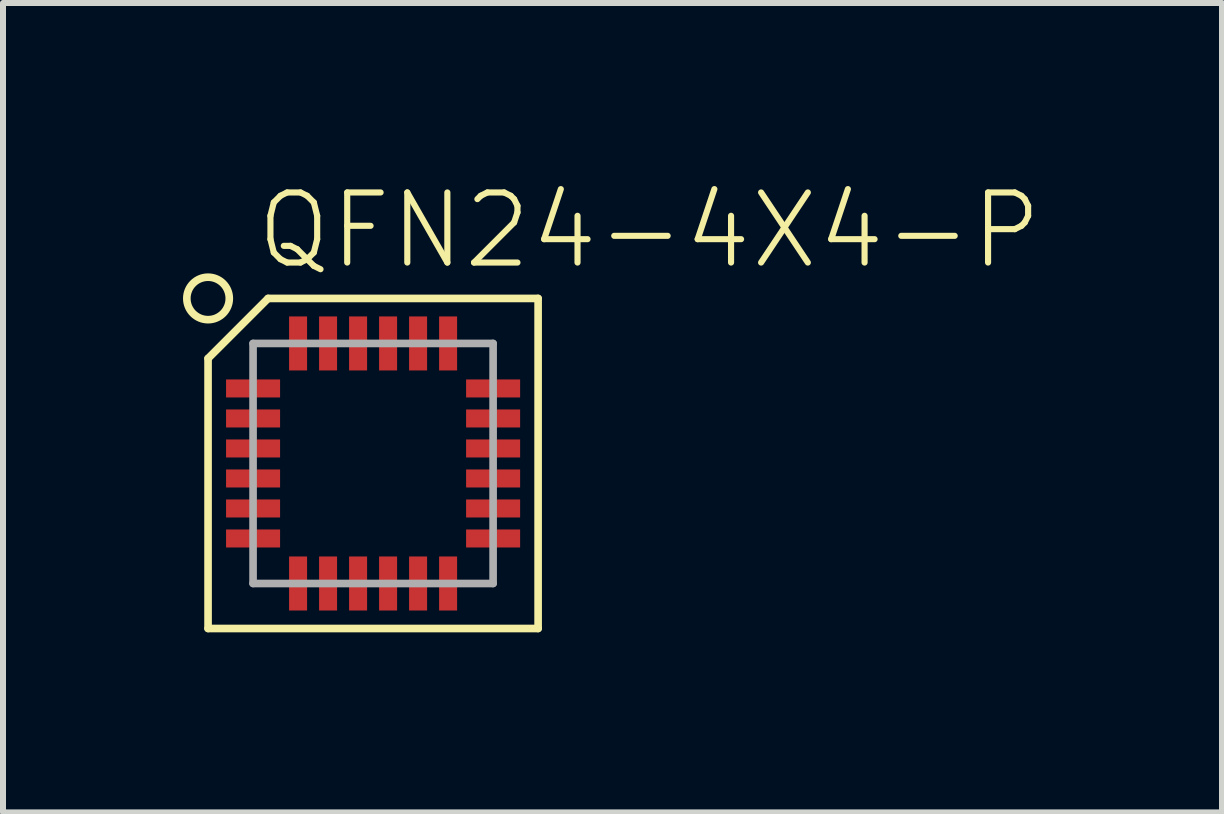
<source format=kicad_pcb>
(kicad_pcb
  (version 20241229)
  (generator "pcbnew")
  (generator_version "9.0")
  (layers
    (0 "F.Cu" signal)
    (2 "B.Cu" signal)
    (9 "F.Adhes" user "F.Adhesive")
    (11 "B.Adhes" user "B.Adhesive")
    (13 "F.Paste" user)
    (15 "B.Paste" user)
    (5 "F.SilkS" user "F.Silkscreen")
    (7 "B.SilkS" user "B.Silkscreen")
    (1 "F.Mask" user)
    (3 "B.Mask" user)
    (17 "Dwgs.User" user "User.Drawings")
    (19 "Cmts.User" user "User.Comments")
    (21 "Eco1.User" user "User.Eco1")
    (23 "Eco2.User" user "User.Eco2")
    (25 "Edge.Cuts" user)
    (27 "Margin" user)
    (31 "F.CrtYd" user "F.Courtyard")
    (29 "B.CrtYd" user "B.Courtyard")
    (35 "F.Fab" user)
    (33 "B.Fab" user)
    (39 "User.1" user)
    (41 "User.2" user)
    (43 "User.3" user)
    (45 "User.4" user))
  (footprint "QFN24-4X4-P"
    (layer "F.Cu")
    (at 3.167 4.673)
    (property "Reference" "QFN24-4X4-P" (at -2 -3.2 0) (unlocked yes) (layer "F.SilkS") (effects (font (size 1.168 1.168) (thickness 0.102)) (justify left bottom)))
    (fp_poly (pts (xy -1.5 -1.05) (xy -1.5 -1.45) (xy -2.5 -1.45) (xy -2.5 -1.05)) (stroke (width 0) (type default)) (fill yes) (layer "F.Mask"))
    (fp_poly (pts (xy -1.5 -0.55) (xy -1.5 -0.95) (xy -2.5 -0.95) (xy -2.5 -0.55)) (stroke (width 0) (type default)) (fill yes) (layer "F.Mask"))
    (fp_poly (pts (xy -1.5 -0.05) (xy -1.5 -0.45) (xy -2.5 -0.45) (xy -2.5 -0.05)) (stroke (width 0) (type default)) (fill yes) (layer "F.Mask"))
    (fp_poly (pts (xy -1.5 0.45) (xy -1.5 0.05) (xy -2.5 0.05) (xy -2.5 0.45)) (stroke (width 0) (type default)) (fill yes) (layer "F.Mask"))
    (fp_poly (pts (xy -1.5 0.95) (xy -1.5 0.55) (xy -2.5 0.55) (xy -2.5 0.95)) (stroke (width 0) (type default)) (fill yes) (layer "F.Mask"))
    (fp_poly (pts (xy -1.5 1.45) (xy -1.5 1.05) (xy -2.5 1.05) (xy -2.5 1.45)) (stroke (width 0) (type default)) (fill yes) (layer "F.Mask"))
    (fp_poly (pts (xy -1.45 -1.5) (xy -1.05 -1.5) (xy -1.05 -2.5) (xy -1.45 -2.5)) (stroke (width 0) (type default)) (fill yes) (layer "F.Mask"))
    (fp_poly (pts (xy -1.05 1.5) (xy -1.45 1.5) (xy -1.45 2.5) (xy -1.05 2.5)) (stroke (width 0) (type default)) (fill yes) (layer "F.Mask"))
    (fp_poly (pts (xy -0.95 -1.5) (xy -0.55 -1.5) (xy -0.55 -2.5) (xy -0.95 -2.5)) (stroke (width 0) (type default)) (fill yes) (layer "F.Mask"))
    (fp_poly (pts (xy -0.55 1.5) (xy -0.95 1.5) (xy -0.95 2.5) (xy -0.55 2.5)) (stroke (width 0) (type default)) (fill yes) (layer "F.Mask"))
    (fp_poly (pts (xy -0.45 -1.5) (xy -0.05 -1.5) (xy -0.05 -2.5) (xy -0.45 -2.5)) (stroke (width 0) (type default)) (fill yes) (layer "F.Mask"))
    (fp_poly (pts (xy -0.05 1.5) (xy -0.45 1.5) (xy -0.45 2.5) (xy -0.05 2.5)) (stroke (width 0) (type default)) (fill yes) (layer "F.Mask"))
    (fp_poly (pts (xy 0.05 -1.5) (xy 0.45 -1.5) (xy 0.45 -2.5) (xy 0.05 -2.5)) (stroke (width 0) (type default)) (fill yes) (layer "F.Mask"))
    (fp_poly (pts (xy 0.45 1.5) (xy 0.05 1.5) (xy 0.05 2.5) (xy 0.45 2.5)) (stroke (width 0) (type default)) (fill yes) (layer "F.Mask"))
    (fp_poly (pts (xy 0.55 -1.5) (xy 0.95 -1.5) (xy 0.95 -2.5) (xy 0.55 -2.5)) (stroke (width 0) (type default)) (fill yes) (layer "F.Mask"))
    (fp_poly (pts (xy 0.95 1.5) (xy 0.55 1.5) (xy 0.55 2.5) (xy 0.95 2.5)) (stroke (width 0) (type default)) (fill yes) (layer "F.Mask"))
    (fp_poly (pts (xy 1.05 -1.5) (xy 1.45 -1.5) (xy 1.45 -2.5) (xy 1.05 -2.5)) (stroke (width 0) (type default)) (fill yes) (layer "F.Mask"))
    (fp_poly (pts (xy 1.45 1.5) (xy 1.05 1.5) (xy 1.05 2.5) (xy 1.45 2.5)) (stroke (width 0) (type default)) (fill yes) (layer "F.Mask"))
    (fp_poly (pts (xy 1.5 -1.45) (xy 1.5 -1.05) (xy 2.5 -1.05) (xy 2.5 -1.45)) (stroke (width 0) (type default)) (fill yes) (layer "F.Mask"))
    (fp_poly (pts (xy 1.5 -0.95) (xy 1.5 -0.55) (xy 2.5 -0.55) (xy 2.5 -0.95)) (stroke (width 0) (type default)) (fill yes) (layer "F.Mask"))
    (fp_poly (pts (xy 1.5 -0.45) (xy 1.5 -0.05) (xy 2.5 -0.05) (xy 2.5 -0.45)) (stroke (width 0) (type default)) (fill yes) (layer "F.Mask"))
    (fp_poly (pts (xy 1.5 0.05) (xy 1.5 0.45) (xy 2.5 0.45) (xy 2.5 0.05)) (stroke (width 0) (type default)) (fill yes) (layer "F.Mask"))
    (fp_poly (pts (xy 1.5 0.55) (xy 1.5 0.95) (xy 2.5 0.95) (xy 2.5 0.55)) (stroke (width 0) (type default)) (fill yes) (layer "F.Mask"))
    (fp_poly (pts (xy 1.5 1.05) (xy 1.5 1.45) (xy 2.5 1.45) (xy 2.5 1.05)) (stroke (width 0) (type default)) (fill yes) (layer "F.Mask"))
    (fp_line (start -2.75 -1.75) (end -1.75 -2.75) (stroke (width 0.127) (type solid)) (layer "F.SilkS"))
    (fp_line (start -2.75 2.75) (end -2.75 -1.75) (stroke (width 0.127) (type solid)) (layer "F.SilkS"))
    (fp_line (start -1.75 -2.75) (end 2.75 -2.75) (stroke (width 0.127) (type solid)) (layer "F.SilkS"))
    (fp_line (start 2.75 -2.75) (end 2.75 2.75) (stroke (width 0.127) (type solid)) (layer "F.SilkS"))
    (fp_line (start 2.75 2.75) (end -2.75 2.75) (stroke (width 0.127) (type solid)) (layer "F.SilkS"))
    (fp_circle (center -2.75 -2.75) (end -2.396 -2.75) (stroke (width 0.127) (type solid)) (fill no) (layer "F.SilkS"))
    (fp_poly (pts (xy -1.55 -1.1) (xy -1.55 -1.4) (xy -2.35 -1.4) (xy -2.35 -1.1)) (stroke (width 0) (type default)) (fill yes) (layer "F.Paste"))
    (fp_poly (pts (xy -1.55 -0.6) (xy -1.55 -0.9) (xy -2.35 -0.9) (xy -2.35 -0.6)) (stroke (width 0) (type default)) (fill yes) (layer "F.Paste"))
    (fp_poly (pts (xy -1.55 -0.1) (xy -1.55 -0.4) (xy -2.35 -0.4) (xy -2.35 -0.1)) (stroke (width 0) (type default)) (fill yes) (layer "F.Paste"))
    (fp_poly (pts (xy -1.55 0.4) (xy -1.55 0.1) (xy -2.35 0.1) (xy -2.35 0.4)) (stroke (width 0) (type default)) (fill yes) (layer "F.Paste"))
    (fp_poly (pts (xy -1.55 0.9) (xy -1.55 0.6) (xy -2.35 0.6) (xy -2.35 0.9)) (stroke (width 0) (type default)) (fill yes) (layer "F.Paste"))
    (fp_poly (pts (xy -1.55 1.4) (xy -1.55 1.1) (xy -2.35 1.1) (xy -2.35 1.4)) (stroke (width 0) (type default)) (fill yes) (layer "F.Paste"))
    (fp_poly (pts (xy -1.4 -1.55) (xy -1.1 -1.55) (xy -1.1 -2.35) (xy -1.4 -2.35)) (stroke (width 0) (type default)) (fill yes) (layer "F.Paste"))
    (fp_poly (pts (xy -1.1 1.55) (xy -1.4 1.55) (xy -1.4 2.35) (xy -1.1 2.35)) (stroke (width 0) (type default)) (fill yes) (layer "F.Paste"))
    (fp_poly (pts (xy -0.9 -1.55) (xy -0.6 -1.55) (xy -0.6 -2.35) (xy -0.9 -2.35)) (stroke (width 0) (type default)) (fill yes) (layer "F.Paste"))
    (fp_poly (pts (xy -0.6 1.55) (xy -0.9 1.55) (xy -0.9 2.35) (xy -0.6 2.35)) (stroke (width 0) (type default)) (fill yes) (layer "F.Paste"))
    (fp_poly (pts (xy -0.4 -1.55) (xy -0.1 -1.55) (xy -0.1 -2.35) (xy -0.4 -2.35)) (stroke (width 0) (type default)) (fill yes) (layer "F.Paste"))
    (fp_poly (pts (xy -0.1 1.55) (xy -0.4 1.55) (xy -0.4 2.35) (xy -0.1 2.35)) (stroke (width 0) (type default)) (fill yes) (layer "F.Paste"))
    (fp_poly (pts (xy 0.1 -1.55) (xy 0.4 -1.55) (xy 0.4 -2.35) (xy 0.1 -2.35)) (stroke (width 0) (type default)) (fill yes) (layer "F.Paste"))
    (fp_poly (pts (xy 0.4 1.55) (xy 0.1 1.55) (xy 0.1 2.35) (xy 0.4 2.35)) (stroke (width 0) (type default)) (fill yes) (layer "F.Paste"))
    (fp_poly (pts (xy 0.6 -1.55) (xy 0.9 -1.55) (xy 0.9 -2.35) (xy 0.6 -2.35)) (stroke (width 0) (type default)) (fill yes) (layer "F.Paste"))
    (fp_poly (pts (xy 0.9 1.55) (xy 0.6 1.55) (xy 0.6 2.35) (xy 0.9 2.35)) (stroke (width 0) (type default)) (fill yes) (layer "F.Paste"))
    (fp_poly (pts (xy 1.1 -1.55) (xy 1.4 -1.55) (xy 1.4 -2.35) (xy 1.1 -2.35)) (stroke (width 0) (type default)) (fill yes) (layer "F.Paste"))
    (fp_poly (pts (xy 1.4 1.55) (xy 1.1 1.55) (xy 1.1 2.35) (xy 1.4 2.35)) (stroke (width 0) (type default)) (fill yes) (layer "F.Paste"))
    (fp_poly (pts (xy 1.55 -1.4) (xy 1.55 -1.1) (xy 2.35 -1.1) (xy 2.35 -1.4)) (stroke (width 0) (type default)) (fill yes) (layer "F.Paste"))
    (fp_poly (pts (xy 1.55 -0.9) (xy 1.55 -0.6) (xy 2.35 -0.6) (xy 2.35 -0.9)) (stroke (width 0) (type default)) (fill yes) (layer "F.Paste"))
    (fp_poly (pts (xy 1.55 -0.4) (xy 1.55 -0.1) (xy 2.35 -0.1) (xy 2.35 -0.4)) (stroke (width 0) (type default)) (fill yes) (layer "F.Paste"))
    (fp_poly (pts (xy 1.55 0.1) (xy 1.55 0.4) (xy 2.35 0.4) (xy 2.35 0.1)) (stroke (width 0) (type default)) (fill yes) (layer "F.Paste"))
    (fp_poly (pts (xy 1.55 0.6) (xy 1.55 0.9) (xy 2.35 0.9) (xy 2.35 0.6)) (stroke (width 0) (type default)) (fill yes) (layer "F.Paste"))
    (fp_poly (pts (xy 1.55 1.1) (xy 1.55 1.4) (xy 2.35 1.4) (xy 2.35 1.1)) (stroke (width 0) (type default)) (fill yes) (layer "F.Paste"))
    (fp_line (start -2 -2) (end 2 -2) (stroke (width 0.127) (type solid)) (layer "F.Fab"))
    (fp_line (start -2 2) (end -2 -2) (stroke (width 0.127) (type solid)) (layer "F.Fab"))
    (fp_line (start 2 -2) (end 2 2) (stroke (width 0.127) (type solid)) (layer "F.Fab"))
    (fp_line (start 2 2) (end -2 2) (stroke (width 0.127) (type solid)) (layer "F.Fab"))
    (pad "1" smd rect (at -2 -1.25 90) (size 0.3 0.9) (layers "F.Cu"))
    (pad "2" smd rect (at -2 -0.75 90) (size 0.3 0.9) (layers "F.Cu"))
    (pad "3" smd rect (at -2 -0.25 90) (size 0.3 0.9) (layers "F.Cu"))
    (pad "4" smd rect (at -2 0.25 90) (size 0.3 0.9) (layers "F.Cu"))
    (pad "5" smd rect (at -2 0.75 90) (size 0.3 0.9) (layers "F.Cu"))
    (pad "6" smd rect (at -2 1.25 90) (size 0.3 0.9) (layers "F.Cu"))
    (pad "7" smd rect (at -1.25 2 180) (size 0.3 0.9) (layers "F.Cu"))
    (pad "8" smd rect (at -0.75 2 180) (size 0.3 0.9) (layers "F.Cu"))
    (pad "9" smd rect (at -0.25 2 180) (size 0.3 0.9) (layers "F.Cu"))
    (pad "10" smd rect (at 0.25 2 180) (size 0.3 0.9) (layers "F.Cu"))
    (pad "11" smd rect (at 0.75 2 180) (size 0.3 0.9) (layers "F.Cu"))
    (pad "12" smd rect (at 1.25 2 180) (size 0.3 0.9) (layers "F.Cu"))
    (pad "13" smd rect (at 2 1.25 270) (size 0.3 0.9) (layers "F.Cu"))
    (pad "14" smd rect (at 2 0.75 270) (size 0.3 0.9) (layers "F.Cu"))
    (pad "15" smd rect (at 2 0.25 270) (size 0.3 0.9) (layers "F.Cu"))
    (pad "16" smd rect (at 2 -0.25 270) (size 0.3 0.9) (layers "F.Cu"))
    (pad "17" smd rect (at 2 -0.75 270) (size 0.3 0.9) (layers "F.Cu"))
    (pad "18" smd rect (at 2 -1.25 270) (size 0.3 0.9) (layers "F.Cu"))
    (pad "19" smd rect (at 1.25 -2) (size 0.3 0.9) (layers "F.Cu"))
    (pad "20" smd rect (at 0.75 -2) (size 0.3 0.9) (layers "F.Cu"))
    (pad "21" smd rect (at 0.25 -2) (size 0.3 0.9) (layers "F.Cu"))
    (pad "22" smd rect (at -0.25 -2) (size 0.3 0.9) (layers "F.Cu"))
    (pad "23" smd rect (at -0.75 -2) (size 0.3 0.9) (layers "F.Cu"))
    (pad "24" smd rect (at -1.25 -2) (size 0.3 0.9) (layers "F.Cu"))
    (zone (net_name "") (layer "F.Cu") (hatch edge 0.5) (connect_pads) (min_thickness 0.25) (filled_areas_thickness no) (keepout (tracks not_allowed) (vias not_allowed) (pads not_allowed) (copperpour not_allowed) (footprints allowed)) (placement (enabled no)) (fill) (polygon (pts (xy 1.767 6.073) (xy 4.567 6.073) (xy 4.567 3.273) (xy 1.767 3.273)))))
  (gr_rect
    (start -3 -3)
    (end 17.313 10.487)
    (stroke (width 0.1) (type default))
    (fill no)
    (layer "Edge.Cuts")))
</source>
